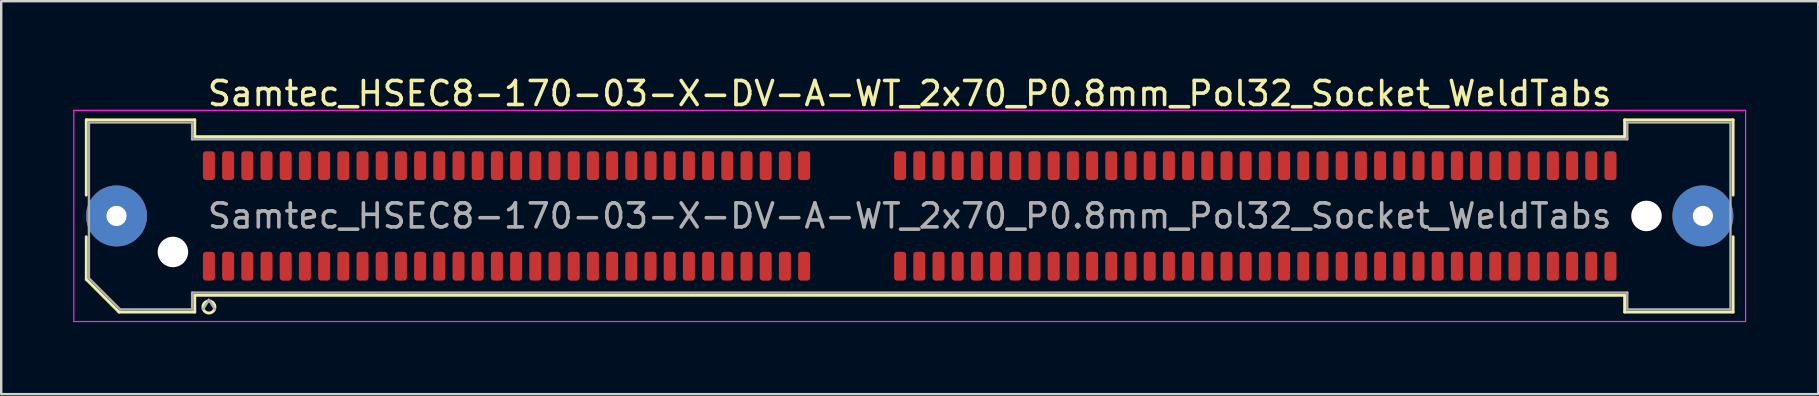
<source format=kicad_pcb>
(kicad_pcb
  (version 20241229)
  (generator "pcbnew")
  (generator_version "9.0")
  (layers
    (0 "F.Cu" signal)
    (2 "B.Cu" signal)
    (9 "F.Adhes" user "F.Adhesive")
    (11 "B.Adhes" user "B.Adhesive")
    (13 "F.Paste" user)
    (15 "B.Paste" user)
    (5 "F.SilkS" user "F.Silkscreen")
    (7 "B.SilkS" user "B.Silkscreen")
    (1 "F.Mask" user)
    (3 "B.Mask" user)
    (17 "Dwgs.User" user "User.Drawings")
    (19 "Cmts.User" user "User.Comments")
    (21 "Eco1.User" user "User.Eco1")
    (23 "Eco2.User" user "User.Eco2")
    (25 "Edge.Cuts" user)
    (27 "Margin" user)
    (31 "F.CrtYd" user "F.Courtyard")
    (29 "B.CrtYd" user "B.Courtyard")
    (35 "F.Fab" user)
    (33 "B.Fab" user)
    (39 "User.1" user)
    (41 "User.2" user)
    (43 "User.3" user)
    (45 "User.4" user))
  (footprint "Samtec_HSEC8-170-03-X-DV-A-WT_2x70_P0.8mm_Pol32_Socket_WeldTabs"
    (layer "F.Cu")
    (at 34.855 5.948)
    (property "Reference" "Samtec_HSEC8-170-03-X-DV-A-WT_2x70_P0.8mm_Pol32_Socket_WeldTabs" (at 0 -5.1 0) (layer "F.SilkS") (effects (font (size 1 1) (thickness 0.15))))
    (attr smd)
    (fp_line (start -34.31 -4.005) (end -29.79 -4.005) (stroke (width 0.12) (type solid)) (layer "F.SilkS"))
    (fp_line (start -34.31 -0.868) (end -34.31 -4.005) (stroke (width 0.12) (type solid)) (layer "F.SilkS"))
    (fp_line (start -34.31 2.641) (end -34.31 0.868) (stroke (width 0.12) (type solid)) (layer "F.SilkS"))
    (fp_line (start -32.946 4.005) (end -34.31 2.641) (stroke (width 0.12) (type solid)) (layer "F.SilkS"))
    (fp_line (start -29.79 -4.005) (end -29.79 -3.305) (stroke (width 0.12) (type solid)) (layer "F.SilkS"))
    (fp_line (start -29.79 -3.305) (end 29.79 -3.305) (stroke (width 0.12) (type solid)) (layer "F.SilkS"))
    (fp_line (start -29.79 3.305) (end -29.79 4.005) (stroke (width 0.12) (type solid)) (layer "F.SilkS"))
    (fp_line (start -29.79 4.005) (end -32.946 4.005) (stroke (width 0.12) (type solid)) (layer "F.SilkS"))
    (fp_line (start 29.79 -4.005) (end 34.31 -4.005) (stroke (width 0.12) (type solid)) (layer "F.SilkS"))
    (fp_line (start 29.79 -3.305) (end 29.79 -4.005) (stroke (width 0.12) (type solid)) (layer "F.SilkS"))
    (fp_line (start 29.79 3.305) (end -29.79 3.305) (stroke (width 0.12) (type solid)) (layer "F.SilkS"))
    (fp_line (start 29.79 4.005) (end 29.79 3.305) (stroke (width 0.12) (type solid)) (layer "F.SilkS"))
    (fp_line (start 34.31 -4.005) (end 34.31 -0.868) (stroke (width 0.12) (type solid)) (layer "F.SilkS"))
    (fp_line (start 34.31 0.868) (end 34.31 4.005) (stroke (width 0.12) (type solid)) (layer "F.SilkS"))
    (fp_line (start 34.31 4.005) (end 29.79 4.005) (stroke (width 0.12) (type solid)) (layer "F.SilkS"))
    (fp_arc (start -28.95 3.795) (mid -29.45 3.795) (end -28.95 3.795) (stroke (width 0.12) (type solid)) (layer "F.SilkS"))
    (fp_line (start -34.83 -4.4) (end -34.83 4.4) (stroke (width 0.05) (type solid)) (layer "F.CrtYd"))
    (fp_line (start -34.83 4.4) (end 34.83 4.4) (stroke (width 0.05) (type solid)) (layer "F.CrtYd"))
    (fp_line (start 34.83 -4.4) (end -34.83 -4.4) (stroke (width 0.05) (type solid)) (layer "F.CrtYd"))
    (fp_line (start 34.83 4.4) (end 34.83 -4.4) (stroke (width 0.05) (type solid)) (layer "F.CrtYd"))
    (fp_line (start -34.2 -3.895) (end -29.9 -3.895) (stroke (width 0.1) (type solid)) (layer "F.Fab"))
    (fp_line (start -34.2 2.595) (end -34.2 -3.895) (stroke (width 0.1) (type solid)) (layer "F.Fab"))
    (fp_line (start -32.9 3.895) (end -34.2 2.595) (stroke (width 0.1) (type solid)) (layer "F.Fab"))
    (fp_line (start -29.9 -3.895) (end -29.9 -3.195) (stroke (width 0.1) (type solid)) (layer "F.Fab"))
    (fp_line (start -29.9 -3.195) (end 29.9 -3.195) (stroke (width 0.1) (type solid)) (layer "F.Fab"))
    (fp_line (start -29.9 3.195) (end -29.9 3.895) (stroke (width 0.1) (type solid)) (layer "F.Fab"))
    (fp_line (start -29.9 3.895) (end -32.9 3.895) (stroke (width 0.1) (type solid)) (layer "F.Fab"))
    (fp_line (start -29.2 3.495) (end -29.45 3.895) (stroke (width 0.1) (type solid)) (layer "F.Fab"))
    (fp_line (start -29.2 3.495) (end -28.95 3.895) (stroke (width 0.1) (type solid)) (layer "F.Fab"))
    (fp_line (start 29.9 -3.895) (end 34.2 -3.895) (stroke (width 0.1) (type solid)) (layer "F.Fab"))
    (fp_line (start 29.9 -3.195) (end 29.9 -3.895) (stroke (width 0.1) (type solid)) (layer "F.Fab"))
    (fp_line (start 29.9 3.195) (end -29.9 3.195) (stroke (width 0.1) (type solid)) (layer "F.Fab"))
    (fp_line (start 29.9 3.895) (end 29.9 3.195) (stroke (width 0.1) (type solid)) (layer "F.Fab"))
    (fp_line (start 34.2 -3.895) (end 34.2 3.895) (stroke (width 0.1) (type solid)) (layer "F.Fab"))
    (fp_line (start 34.2 3.895) (end 29.9 3.895) (stroke (width 0.1) (type solid)) (layer "F.Fab"))
    (fp_text user "${REFERENCE}" (at 0 0 0) (layer "F.Fab") (effects (font (size 1 1) (thickness 0.15))))
    (pad "" thru_hole circle (at -33.05 0) (size 2.54 2.54) (drill 0.84) (layers "*.Cu" "*.Mask" "F.Paste"))
    (pad "" np_thru_hole circle (at -30.7 1.5) (size 1.27 1.27) (drill 1.27) (layers "*.Cu" "*.Mask"))
    (pad "" np_thru_hole circle (at 30.7 0) (size 1.27 1.27) (drill 1.27) (layers "*.Cu" "*.Mask"))
    (pad "" thru_hole circle (at 33.05 0) (size 2.54 2.54) (drill 0.84) (layers "*.Cu" "*.Mask" "F.Paste"))
    (pad "1" smd roundrect (at -29.2 2.095) (size 0.5 1.2) (layers "F.Cu" "F.Mask" "F.Paste") (roundrect_rratio 0.25))
    (pad "2" smd roundrect (at -29.2 -2.095) (size 0.5 1.2) (layers "F.Cu" "F.Mask" "F.Paste") (roundrect_rratio 0.25))
    (pad "3" smd roundrect (at -28.4 2.095) (size 0.5 1.2) (layers "F.Cu" "F.Mask" "F.Paste") (roundrect_rratio 0.25))
    (pad "4" smd roundrect (at -28.4 -2.095) (size 0.5 1.2) (layers "F.Cu" "F.Mask" "F.Paste") (roundrect_rratio 0.25))
    (pad "5" smd roundrect (at -27.6 2.095) (size 0.5 1.2) (layers "F.Cu" "F.Mask" "F.Paste") (roundrect_rratio 0.25))
    (pad "6" smd roundrect (at -27.6 -2.095) (size 0.5 1.2) (layers "F.Cu" "F.Mask" "F.Paste") (roundrect_rratio 0.25))
    (pad "7" smd roundrect (at -26.8 2.095) (size 0.5 1.2) (layers "F.Cu" "F.Mask" "F.Paste") (roundrect_rratio 0.25))
    (pad "8" smd roundrect (at -26.8 -2.095) (size 0.5 1.2) (layers "F.Cu" "F.Mask" "F.Paste") (roundrect_rratio 0.25))
    (pad "9" smd roundrect (at -26 2.095) (size 0.5 1.2) (layers "F.Cu" "F.Mask" "F.Paste") (roundrect_rratio 0.25))
    (pad "10" smd roundrect (at -26 -2.095) (size 0.5 1.2) (layers "F.Cu" "F.Mask" "F.Paste") (roundrect_rratio 0.25))
    (pad "11" smd roundrect (at -25.2 2.095) (size 0.5 1.2) (layers "F.Cu" "F.Mask" "F.Paste") (roundrect_rratio 0.25))
    (pad "12" smd roundrect (at -25.2 -2.095) (size 0.5 1.2) (layers "F.Cu" "F.Mask" "F.Paste") (roundrect_rratio 0.25))
    (pad "13" smd roundrect (at -24.4 2.095) (size 0.5 1.2) (layers "F.Cu" "F.Mask" "F.Paste") (roundrect_rratio 0.25))
    (pad "14" smd roundrect (at -24.4 -2.095) (size 0.5 1.2) (layers "F.Cu" "F.Mask" "F.Paste") (roundrect_rratio 0.25))
    (pad "15" smd roundrect (at -23.6 2.095) (size 0.5 1.2) (layers "F.Cu" "F.Mask" "F.Paste") (roundrect_rratio 0.25))
    (pad "16" smd roundrect (at -23.6 -2.095) (size 0.5 1.2) (layers "F.Cu" "F.Mask" "F.Paste") (roundrect_rratio 0.25))
    (pad "17" smd roundrect (at -22.8 2.095) (size 0.5 1.2) (layers "F.Cu" "F.Mask" "F.Paste") (roundrect_rratio 0.25))
    (pad "18" smd roundrect (at -22.8 -2.095) (size 0.5 1.2) (layers "F.Cu" "F.Mask" "F.Paste") (roundrect_rratio 0.25))
    (pad "19" smd roundrect (at -22 2.095) (size 0.5 1.2) (layers "F.Cu" "F.Mask" "F.Paste") (roundrect_rratio 0.25))
    (pad "20" smd roundrect (at -22 -2.095) (size 0.5 1.2) (layers "F.Cu" "F.Mask" "F.Paste") (roundrect_rratio 0.25))
    (pad "21" smd roundrect (at -21.2 2.095) (size 0.5 1.2) (layers "F.Cu" "F.Mask" "F.Paste") (roundrect_rratio 0.25))
    (pad "22" smd roundrect (at -21.2 -2.095) (size 0.5 1.2) (layers "F.Cu" "F.Mask" "F.Paste") (roundrect_rratio 0.25))
    (pad "23" smd roundrect (at -20.4 2.095) (size 0.5 1.2) (layers "F.Cu" "F.Mask" "F.Paste") (roundrect_rratio 0.25))
    (pad "24" smd roundrect (at -20.4 -2.095) (size 0.5 1.2) (layers "F.Cu" "F.Mask" "F.Paste") (roundrect_rratio 0.25))
    (pad "25" smd roundrect (at -19.6 2.095) (size 0.5 1.2) (layers "F.Cu" "F.Mask" "F.Paste") (roundrect_rratio 0.25))
    (pad "26" smd roundrect (at -19.6 -2.095) (size 0.5 1.2) (layers "F.Cu" "F.Mask" "F.Paste") (roundrect_rratio 0.25))
    (pad "27" smd roundrect (at -18.8 2.095) (size 0.5 1.2) (layers "F.Cu" "F.Mask" "F.Paste") (roundrect_rratio 0.25))
    (pad "28" smd roundrect (at -18.8 -2.095) (size 0.5 1.2) (layers "F.Cu" "F.Mask" "F.Paste") (roundrect_rratio 0.25))
    (pad "29" smd roundrect (at -18 2.095) (size 0.5 1.2) (layers "F.Cu" "F.Mask" "F.Paste") (roundrect_rratio 0.25))
    (pad "30" smd roundrect (at -18 -2.095) (size 0.5 1.2) (layers "F.Cu" "F.Mask" "F.Paste") (roundrect_rratio 0.25))
    (pad "31" smd roundrect (at -17.2 2.095) (size 0.5 1.2) (layers "F.Cu" "F.Mask" "F.Paste") (roundrect_rratio 0.25))
    (pad "32" smd roundrect (at -17.2 -2.095) (size 0.5 1.2) (layers "F.Cu" "F.Mask" "F.Paste") (roundrect_rratio 0.25))
    (pad "33" smd roundrect (at -16.4 2.095) (size 0.5 1.2) (layers "F.Cu" "F.Mask" "F.Paste") (roundrect_rratio 0.25))
    (pad "34" smd roundrect (at -16.4 -2.095) (size 0.5 1.2) (layers "F.Cu" "F.Mask" "F.Paste") (roundrect_rratio 0.25))
    (pad "35" smd roundrect (at -15.6 2.095) (size 0.5 1.2) (layers "F.Cu" "F.Mask" "F.Paste") (roundrect_rratio 0.25))
    (pad "36" smd roundrect (at -15.6 -2.095) (size 0.5 1.2) (layers "F.Cu" "F.Mask" "F.Paste") (roundrect_rratio 0.25))
    (pad "37" smd roundrect (at -14.8 2.095) (size 0.5 1.2) (layers "F.Cu" "F.Mask" "F.Paste") (roundrect_rratio 0.25))
    (pad "38" smd roundrect (at -14.8 -2.095) (size 0.5 1.2) (layers "F.Cu" "F.Mask" "F.Paste") (roundrect_rratio 0.25))
    (pad "39" smd roundrect (at -14 2.095) (size 0.5 1.2) (layers "F.Cu" "F.Mask" "F.Paste") (roundrect_rratio 0.25))
    (pad "40" smd roundrect (at -14 -2.095) (size 0.5 1.2) (layers "F.Cu" "F.Mask" "F.Paste") (roundrect_rratio 0.25))
    (pad "41" smd roundrect (at -13.2 2.095) (size 0.5 1.2) (layers "F.Cu" "F.Mask" "F.Paste") (roundrect_rratio 0.25))
    (pad "42" smd roundrect (at -13.2 -2.095) (size 0.5 1.2) (layers "F.Cu" "F.Mask" "F.Paste") (roundrect_rratio 0.25))
    (pad "43" smd roundrect (at -12.4 2.095) (size 0.5 1.2) (layers "F.Cu" "F.Mask" "F.Paste") (roundrect_rratio 0.25))
    (pad "44" smd roundrect (at -12.4 -2.095) (size 0.5 1.2) (layers "F.Cu" "F.Mask" "F.Paste") (roundrect_rratio 0.25))
    (pad "45" smd roundrect (at -11.6 2.095) (size 0.5 1.2) (layers "F.Cu" "F.Mask" "F.Paste") (roundrect_rratio 0.25))
    (pad "46" smd roundrect (at -11.6 -2.095) (size 0.5 1.2) (layers "F.Cu" "F.Mask" "F.Paste") (roundrect_rratio 0.25))
    (pad "47" smd roundrect (at -10.8 2.095) (size 0.5 1.2) (layers "F.Cu" "F.Mask" "F.Paste") (roundrect_rratio 0.25))
    (pad "48" smd roundrect (at -10.8 -2.095) (size 0.5 1.2) (layers "F.Cu" "F.Mask" "F.Paste") (roundrect_rratio 0.25))
    (pad "49" smd roundrect (at -10 2.095) (size 0.5 1.2) (layers "F.Cu" "F.Mask" "F.Paste") (roundrect_rratio 0.25))
    (pad "50" smd roundrect (at -10 -2.095) (size 0.5 1.2) (layers "F.Cu" "F.Mask" "F.Paste") (roundrect_rratio 0.25))
    (pad "51" smd roundrect (at -9.2 2.095) (size 0.5 1.2) (layers "F.Cu" "F.Mask" "F.Paste") (roundrect_rratio 0.25))
    (pad "52" smd roundrect (at -9.2 -2.095) (size 0.5 1.2) (layers "F.Cu" "F.Mask" "F.Paste") (roundrect_rratio 0.25))
    (pad "53" smd roundrect (at -8.4 2.095) (size 0.5 1.2) (layers "F.Cu" "F.Mask" "F.Paste") (roundrect_rratio 0.25))
    (pad "54" smd roundrect (at -8.4 -2.095) (size 0.5 1.2) (layers "F.Cu" "F.Mask" "F.Paste") (roundrect_rratio 0.25))
    (pad "55" smd roundrect (at -7.6 2.095) (size 0.5 1.2) (layers "F.Cu" "F.Mask" "F.Paste") (roundrect_rratio 0.25))
    (pad "56" smd roundrect (at -7.6 -2.095) (size 0.5 1.2) (layers "F.Cu" "F.Mask" "F.Paste") (roundrect_rratio 0.25))
    (pad "57" smd roundrect (at -6.8 2.095) (size 0.5 1.2) (layers "F.Cu" "F.Mask" "F.Paste") (roundrect_rratio 0.25))
    (pad "58" smd roundrect (at -6.8 -2.095) (size 0.5 1.2) (layers "F.Cu" "F.Mask" "F.Paste") (roundrect_rratio 0.25))
    (pad "59" smd roundrect (at -6 2.095) (size 0.5 1.2) (layers "F.Cu" "F.Mask" "F.Paste") (roundrect_rratio 0.25))
    (pad "60" smd roundrect (at -6 -2.095) (size 0.5 1.2) (layers "F.Cu" "F.Mask" "F.Paste") (roundrect_rratio 0.25))
    (pad "61" smd roundrect (at -5.2 2.095) (size 0.5 1.2) (layers "F.Cu" "F.Mask" "F.Paste") (roundrect_rratio 0.25))
    (pad "62" smd roundrect (at -5.2 -2.095) (size 0.5 1.2) (layers "F.Cu" "F.Mask" "F.Paste") (roundrect_rratio 0.25))
    (pad "63" smd roundrect (at -4.4 2.095) (size 0.5 1.2) (layers "F.Cu" "F.Mask" "F.Paste") (roundrect_rratio 0.25))
    (pad "64" smd roundrect (at -4.4 -2.095) (size 0.5 1.2) (layers "F.Cu" "F.Mask" "F.Paste") (roundrect_rratio 0.25))
    (pad "65" smd roundrect (at -0.4 2.095) (size 0.5 1.2) (layers "F.Cu" "F.Mask" "F.Paste") (roundrect_rratio 0.25))
    (pad "66" smd roundrect (at -0.4 -2.095) (size 0.5 1.2) (layers "F.Cu" "F.Mask" "F.Paste") (roundrect_rratio 0.25))
    (pad "67" smd roundrect (at 0.4 2.095) (size 0.5 1.2) (layers "F.Cu" "F.Mask" "F.Paste") (roundrect_rratio 0.25))
    (pad "68" smd roundrect (at 0.4 -2.095) (size 0.5 1.2) (layers "F.Cu" "F.Mask" "F.Paste") (roundrect_rratio 0.25))
    (pad "69" smd roundrect (at 1.2 2.095) (size 0.5 1.2) (layers "F.Cu" "F.Mask" "F.Paste") (roundrect_rratio 0.25))
    (pad "70" smd roundrect (at 1.2 -2.095) (size 0.5 1.2) (layers "F.Cu" "F.Mask" "F.Paste") (roundrect_rratio 0.25))
    (pad "71" smd roundrect (at 2 2.095) (size 0.5 1.2) (layers "F.Cu" "F.Mask" "F.Paste") (roundrect_rratio 0.25))
    (pad "72" smd roundrect (at 2 -2.095) (size 0.5 1.2) (layers "F.Cu" "F.Mask" "F.Paste") (roundrect_rratio 0.25))
    (pad "73" smd roundrect (at 2.8 2.095) (size 0.5 1.2) (layers "F.Cu" "F.Mask" "F.Paste") (roundrect_rratio 0.25))
    (pad "74" smd roundrect (at 2.8 -2.095) (size 0.5 1.2) (layers "F.Cu" "F.Mask" "F.Paste") (roundrect_rratio 0.25))
    (pad "75" smd roundrect (at 3.6 2.095) (size 0.5 1.2) (layers "F.Cu" "F.Mask" "F.Paste") (roundrect_rratio 0.25))
    (pad "76" smd roundrect (at 3.6 -2.095) (size 0.5 1.2) (layers "F.Cu" "F.Mask" "F.Paste") (roundrect_rratio 0.25))
    (pad "77" smd roundrect (at 4.4 2.095) (size 0.5 1.2) (layers "F.Cu" "F.Mask" "F.Paste") (roundrect_rratio 0.25))
    (pad "78" smd roundrect (at 4.4 -2.095) (size 0.5 1.2) (layers "F.Cu" "F.Mask" "F.Paste") (roundrect_rratio 0.25))
    (pad "79" smd roundrect (at 5.2 2.095) (size 0.5 1.2) (layers "F.Cu" "F.Mask" "F.Paste") (roundrect_rratio 0.25))
    (pad "80" smd roundrect (at 5.2 -2.095) (size 0.5 1.2) (layers "F.Cu" "F.Mask" "F.Paste") (roundrect_rratio 0.25))
    (pad "81" smd roundrect (at 6 2.095) (size 0.5 1.2) (layers "F.Cu" "F.Mask" "F.Paste") (roundrect_rratio 0.25))
    (pad "82" smd roundrect (at 6 -2.095) (size 0.5 1.2) (layers "F.Cu" "F.Mask" "F.Paste") (roundrect_rratio 0.25))
    (pad "83" smd roundrect (at 6.8 2.095) (size 0.5 1.2) (layers "F.Cu" "F.Mask" "F.Paste") (roundrect_rratio 0.25))
    (pad "84" smd roundrect (at 6.8 -2.095) (size 0.5 1.2) (layers "F.Cu" "F.Mask" "F.Paste") (roundrect_rratio 0.25))
    (pad "85" smd roundrect (at 7.6 2.095) (size 0.5 1.2) (layers "F.Cu" "F.Mask" "F.Paste") (roundrect_rratio 0.25))
    (pad "86" smd roundrect (at 7.6 -2.095) (size 0.5 1.2) (layers "F.Cu" "F.Mask" "F.Paste") (roundrect_rratio 0.25))
    (pad "87" smd roundrect (at 8.4 2.095) (size 0.5 1.2) (layers "F.Cu" "F.Mask" "F.Paste") (roundrect_rratio 0.25))
    (pad "88" smd roundrect (at 8.4 -2.095) (size 0.5 1.2) (layers "F.Cu" "F.Mask" "F.Paste") (roundrect_rratio 0.25))
    (pad "89" smd roundrect (at 9.2 2.095) (size 0.5 1.2) (layers "F.Cu" "F.Mask" "F.Paste") (roundrect_rratio 0.25))
    (pad "90" smd roundrect (at 9.2 -2.095) (size 0.5 1.2) (layers "F.Cu" "F.Mask" "F.Paste") (roundrect_rratio 0.25))
    (pad "91" smd roundrect (at 10 2.095) (size 0.5 1.2) (layers "F.Cu" "F.Mask" "F.Paste") (roundrect_rratio 0.25))
    (pad "92" smd roundrect (at 10 -2.095) (size 0.5 1.2) (layers "F.Cu" "F.Mask" "F.Paste") (roundrect_rratio 0.25))
    (pad "93" smd roundrect (at 10.8 2.095) (size 0.5 1.2) (layers "F.Cu" "F.Mask" "F.Paste") (roundrect_rratio 0.25))
    (pad "94" smd roundrect (at 10.8 -2.095) (size 0.5 1.2) (layers "F.Cu" "F.Mask" "F.Paste") (roundrect_rratio 0.25))
    (pad "95" smd roundrect (at 11.6 2.095) (size 0.5 1.2) (layers "F.Cu" "F.Mask" "F.Paste") (roundrect_rratio 0.25))
    (pad "96" smd roundrect (at 11.6 -2.095) (size 0.5 1.2) (layers "F.Cu" "F.Mask" "F.Paste") (roundrect_rratio 0.25))
    (pad "97" smd roundrect (at 12.4 2.095) (size 0.5 1.2) (layers "F.Cu" "F.Mask" "F.Paste") (roundrect_rratio 0.25))
    (pad "98" smd roundrect (at 12.4 -2.095) (size 0.5 1.2) (layers "F.Cu" "F.Mask" "F.Paste") (roundrect_rratio 0.25))
    (pad "99" smd roundrect (at 13.2 2.095) (size 0.5 1.2) (layers "F.Cu" "F.Mask" "F.Paste") (roundrect_rratio 0.25))
    (pad "100" smd roundrect (at 13.2 -2.095) (size 0.5 1.2) (layers "F.Cu" "F.Mask" "F.Paste") (roundrect_rratio 0.25))
    (pad "101" smd roundrect (at 14 2.095) (size 0.5 1.2) (layers "F.Cu" "F.Mask" "F.Paste") (roundrect_rratio 0.25))
    (pad "102" smd roundrect (at 14 -2.095) (size 0.5 1.2) (layers "F.Cu" "F.Mask" "F.Paste") (roundrect_rratio 0.25))
    (pad "103" smd roundrect (at 14.8 2.095) (size 0.5 1.2) (layers "F.Cu" "F.Mask" "F.Paste") (roundrect_rratio 0.25))
    (pad "104" smd roundrect (at 14.8 -2.095) (size 0.5 1.2) (layers "F.Cu" "F.Mask" "F.Paste") (roundrect_rratio 0.25))
    (pad "105" smd roundrect (at 15.6 2.095) (size 0.5 1.2) (layers "F.Cu" "F.Mask" "F.Paste") (roundrect_rratio 0.25))
    (pad "106" smd roundrect (at 15.6 -2.095) (size 0.5 1.2) (layers "F.Cu" "F.Mask" "F.Paste") (roundrect_rratio 0.25))
    (pad "107" smd roundrect (at 16.4 2.095) (size 0.5 1.2) (layers "F.Cu" "F.Mask" "F.Paste") (roundrect_rratio 0.25))
    (pad "108" smd roundrect (at 16.4 -2.095) (size 0.5 1.2) (layers "F.Cu" "F.Mask" "F.Paste") (roundrect_rratio 0.25))
    (pad "109" smd roundrect (at 17.2 2.095) (size 0.5 1.2) (layers "F.Cu" "F.Mask" "F.Paste") (roundrect_rratio 0.25))
    (pad "110" smd roundrect (at 17.2 -2.095) (size 0.5 1.2) (layers "F.Cu" "F.Mask" "F.Paste") (roundrect_rratio 0.25))
    (pad "111" smd roundrect (at 18 2.095) (size 0.5 1.2) (layers "F.Cu" "F.Mask" "F.Paste") (roundrect_rratio 0.25))
    (pad "112" smd roundrect (at 18 -2.095) (size 0.5 1.2) (layers "F.Cu" "F.Mask" "F.Paste") (roundrect_rratio 0.25))
    (pad "113" smd roundrect (at 18.8 2.095) (size 0.5 1.2) (layers "F.Cu" "F.Mask" "F.Paste") (roundrect_rratio 0.25))
    (pad "114" smd roundrect (at 18.8 -2.095) (size 0.5 1.2) (layers "F.Cu" "F.Mask" "F.Paste") (roundrect_rratio 0.25))
    (pad "115" smd roundrect (at 19.6 2.095) (size 0.5 1.2) (layers "F.Cu" "F.Mask" "F.Paste") (roundrect_rratio 0.25))
    (pad "116" smd roundrect (at 19.6 -2.095) (size 0.5 1.2) (layers "F.Cu" "F.Mask" "F.Paste") (roundrect_rratio 0.25))
    (pad "117" smd roundrect (at 20.4 2.095) (size 0.5 1.2) (layers "F.Cu" "F.Mask" "F.Paste") (roundrect_rratio 0.25))
    (pad "118" smd roundrect (at 20.4 -2.095) (size 0.5 1.2) (layers "F.Cu" "F.Mask" "F.Paste") (roundrect_rratio 0.25))
    (pad "119" smd roundrect (at 21.2 2.095) (size 0.5 1.2) (layers "F.Cu" "F.Mask" "F.Paste") (roundrect_rratio 0.25))
    (pad "120" smd roundrect (at 21.2 -2.095) (size 0.5 1.2) (layers "F.Cu" "F.Mask" "F.Paste") (roundrect_rratio 0.25))
    (pad "121" smd roundrect (at 22 2.095) (size 0.5 1.2) (layers "F.Cu" "F.Mask" "F.Paste") (roundrect_rratio 0.25))
    (pad "122" smd roundrect (at 22 -2.095) (size 0.5 1.2) (layers "F.Cu" "F.Mask" "F.Paste") (roundrect_rratio 0.25))
    (pad "123" smd roundrect (at 22.8 2.095) (size 0.5 1.2) (layers "F.Cu" "F.Mask" "F.Paste") (roundrect_rratio 0.25))
    (pad "124" smd roundrect (at 22.8 -2.095) (size 0.5 1.2) (layers "F.Cu" "F.Mask" "F.Paste") (roundrect_rratio 0.25))
    (pad "125" smd roundrect (at 23.6 2.095) (size 0.5 1.2) (layers "F.Cu" "F.Mask" "F.Paste") (roundrect_rratio 0.25))
    (pad "126" smd roundrect (at 23.6 -2.095) (size 0.5 1.2) (layers "F.Cu" "F.Mask" "F.Paste") (roundrect_rratio 0.25))
    (pad "127" smd roundrect (at 24.4 2.095) (size 0.5 1.2) (layers "F.Cu" "F.Mask" "F.Paste") (roundrect_rratio 0.25))
    (pad "128" smd roundrect (at 24.4 -2.095) (size 0.5 1.2) (layers "F.Cu" "F.Mask" "F.Paste") (roundrect_rratio 0.25))
    (pad "129" smd roundrect (at 25.2 2.095) (size 0.5 1.2) (layers "F.Cu" "F.Mask" "F.Paste") (roundrect_rratio 0.25))
    (pad "130" smd roundrect (at 25.2 -2.095) (size 0.5 1.2) (layers "F.Cu" "F.Mask" "F.Paste") (roundrect_rratio 0.25))
    (pad "131" smd roundrect (at 26 2.095) (size 0.5 1.2) (layers "F.Cu" "F.Mask" "F.Paste") (roundrect_rratio 0.25))
    (pad "132" smd roundrect (at 26 -2.095) (size 0.5 1.2) (layers "F.Cu" "F.Mask" "F.Paste") (roundrect_rratio 0.25))
    (pad "133" smd roundrect (at 26.8 2.095) (size 0.5 1.2) (layers "F.Cu" "F.Mask" "F.Paste") (roundrect_rratio 0.25))
    (pad "134" smd roundrect (at 26.8 -2.095) (size 0.5 1.2) (layers "F.Cu" "F.Mask" "F.Paste") (roundrect_rratio 0.25))
    (pad "135" smd roundrect (at 27.6 2.095) (size 0.5 1.2) (layers "F.Cu" "F.Mask" "F.Paste") (roundrect_rratio 0.25))
    (pad "136" smd roundrect (at 27.6 -2.095) (size 0.5 1.2) (layers "F.Cu" "F.Mask" "F.Paste") (roundrect_rratio 0.25))
    (pad "137" smd roundrect (at 28.4 2.095) (size 0.5 1.2) (layers "F.Cu" "F.Mask" "F.Paste") (roundrect_rratio 0.25))
    (pad "138" smd roundrect (at 28.4 -2.095) (size 0.5 1.2) (layers "F.Cu" "F.Mask" "F.Paste") (roundrect_rratio 0.25))
    (pad "139" smd roundrect (at 29.2 2.095) (size 0.5 1.2) (layers "F.Cu" "F.Mask" "F.Paste") (roundrect_rratio 0.25))
    (pad "140" smd roundrect (at 29.2 -2.095) (size 0.5 1.2) (layers "F.Cu" "F.Mask" "F.Paste") (roundrect_rratio 0.25)))
  (gr_rect
    (start -3 -3)
    (end 72.71 13.373)
    (stroke (width 0.1) (type default))
    (fill no)
    (layer "Edge.Cuts")))
</source>
